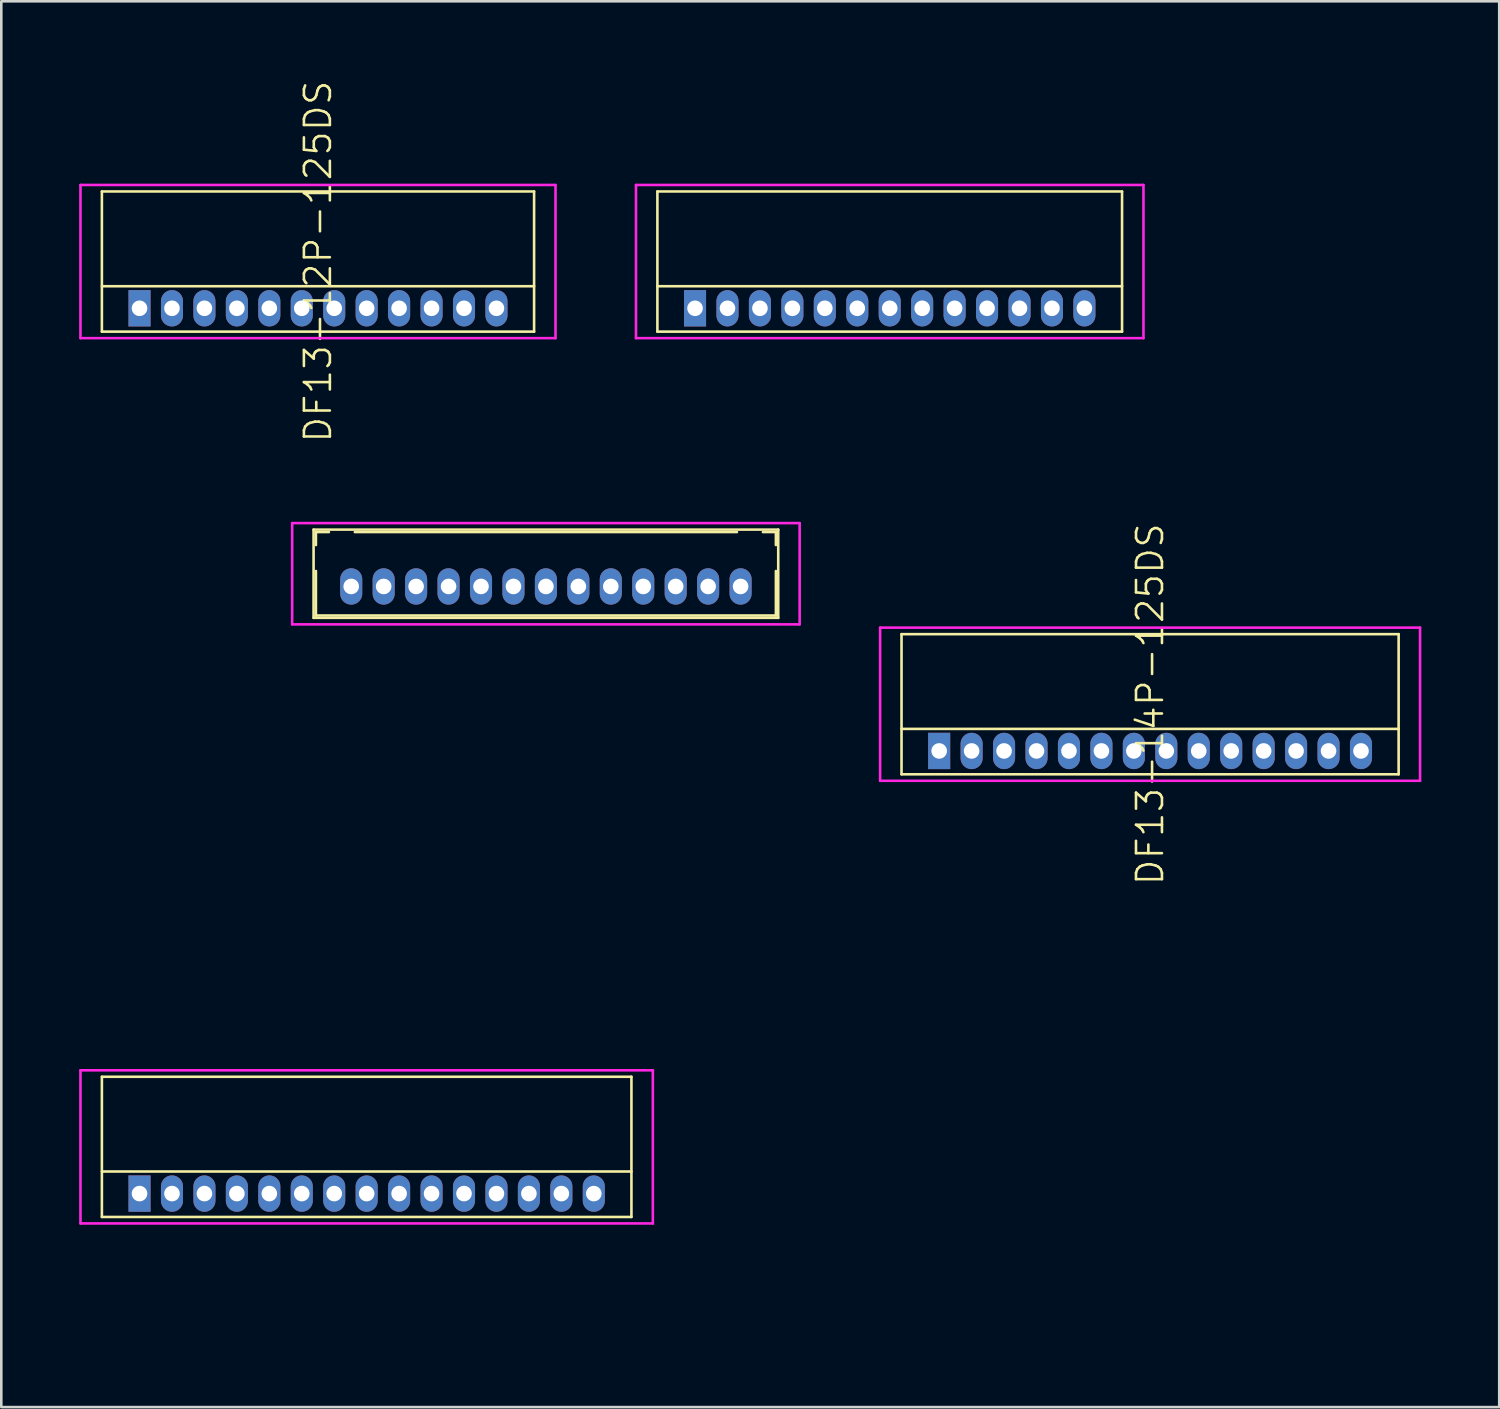
<source format=kicad_pcb>
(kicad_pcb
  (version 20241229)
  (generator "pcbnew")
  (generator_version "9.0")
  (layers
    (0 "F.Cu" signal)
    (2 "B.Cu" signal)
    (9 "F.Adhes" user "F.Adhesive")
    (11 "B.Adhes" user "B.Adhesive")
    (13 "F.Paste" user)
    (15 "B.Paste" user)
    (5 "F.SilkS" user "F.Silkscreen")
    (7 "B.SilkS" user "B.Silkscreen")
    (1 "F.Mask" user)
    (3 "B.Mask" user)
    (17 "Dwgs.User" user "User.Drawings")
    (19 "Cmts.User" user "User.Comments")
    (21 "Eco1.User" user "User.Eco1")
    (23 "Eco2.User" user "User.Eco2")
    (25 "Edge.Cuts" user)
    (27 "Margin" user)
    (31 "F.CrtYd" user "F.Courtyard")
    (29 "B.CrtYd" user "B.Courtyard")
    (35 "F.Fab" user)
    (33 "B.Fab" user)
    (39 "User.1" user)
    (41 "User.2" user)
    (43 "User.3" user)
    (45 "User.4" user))
  (footprint "DF13-13P-125DSA"
    (layer "F.Cu")
    (at 17.98 19.542)
    (property "Reference" "DF13-13P-125DSA" (at -10.525 -0.49 0) (layer "User.1") (effects (font (size 1 1) (thickness 0.1))))
    (attr through_hole)
    (fp_line (start -8.95 -2.19) (end -8.95 1.21) (stroke (width 0.1) (type solid)) (layer "F.SilkS"))
    (fp_line (start -8.95 -2.19) (end 8.95 -2.19) (stroke (width 0.1) (type solid)) (layer "F.SilkS"))
    (fp_line (start -8.95 1.21) (end 8.95 1.21) (stroke (width 0.1) (type solid)) (layer "F.SilkS"))
    (fp_line (start -8.86 -2.095) (end -8.86 -1.595) (stroke (width 0.1) (type solid)) (layer "F.SilkS"))
    (fp_line (start -8.86 -2.095) (end -8.36 -2.095) (stroke (width 0.1) (type solid)) (layer "F.SilkS"))
    (fp_line (start -8.86 -0.595) (end -8.86 1.12) (stroke (width 0.1) (type solid)) (layer "F.SilkS"))
    (fp_line (start -8.86 1.12) (end 8.86 1.12) (stroke (width 0.1) (type solid)) (layer "F.SilkS"))
    (fp_line (start -7.36 -2.095) (end 7.36 -2.095) (stroke (width 0.1) (type solid)) (layer "F.SilkS"))
    (fp_line (start 8.36 -2.095) (end 8.86 -2.095) (stroke (width 0.1) (type solid)) (layer "F.SilkS"))
    (fp_line (start 8.86 -2.095) (end 8.86 -1.595) (stroke (width 0.1) (type solid)) (layer "F.SilkS"))
    (fp_line (start 8.86 -0.595) (end 8.86 1.12) (stroke (width 0.1) (type solid)) (layer "F.SilkS"))
    (fp_line (start 8.95 -2.19) (end 8.95 1.21) (stroke (width 0.1) (type solid)) (layer "F.SilkS"))
    (fp_line (start -9.775 -2.44) (end -9.775 1.46) (stroke (width 0.1) (type solid)) (layer "F.CrtYd"))
    (fp_line (start -9.775 1.46) (end 9.775 1.46) (stroke (width 0.1) (type solid)) (layer "F.CrtYd"))
    (fp_line (start 9.775 -2.44) (end -9.775 -2.44) (stroke (width 0.1) (type solid)) (layer "F.CrtYd"))
    (fp_line (start 9.775 1.46) (end 9.775 -2.44) (stroke (width 0.1) (type solid)) (layer "F.CrtYd"))
    (pad "1" thru_hole oval (at -7.5 0) (size 0.85 1.4) (drill 0.6) (layers "*.Cu" "*.Mask"))
    (pad "2" thru_hole oval (at -6.25 0) (size 0.85 1.4) (drill 0.6) (layers "*.Cu" "*.Mask"))
    (pad "3" thru_hole oval (at -5 0) (size 0.85 1.4) (drill 0.6) (layers "*.Cu" "*.Mask"))
    (pad "4" thru_hole oval (at -3.75 0) (size 0.85 1.4) (drill 0.6) (layers "*.Cu" "*.Mask"))
    (pad "5" thru_hole oval (at -2.5 0) (size 0.85 1.4) (drill 0.6) (layers "*.Cu" "*.Mask"))
    (pad "6" thru_hole oval (at -1.25 0) (size 0.85 1.4) (drill 0.6) (layers "*.Cu" "*.Mask"))
    (pad "7" thru_hole oval (at 0 0) (size 0.85 1.4) (drill 0.6) (layers "*.Cu" "*.Mask"))
    (pad "8" thru_hole oval (at 1.25 0) (size 0.85 1.4) (drill 0.6) (layers "*.Cu" "*.Mask"))
    (pad "9" thru_hole oval (at 2.5 0) (size 0.85 1.4) (drill 0.6) (layers "*.Cu" "*.Mask"))
    (pad "10" thru_hole oval (at 3.75 0) (size 0.85 1.4) (drill 0.6) (layers "*.Cu" "*.Mask"))
    (pad "11" thru_hole oval (at 5 0) (size 0.85 1.4) (drill 0.6) (layers "*.Cu" "*.Mask"))
    (pad "12" thru_hole oval (at 6.25 0) (size 0.85 1.4) (drill 0.6) (layers "*.Cu" "*.Mask"))
    (pad "13" thru_hole oval (at 7.5 0) (size 0.85 1.4) (drill 0.6) (layers "*.Cu" "*.Mask")))
  (footprint "DF13-15P-125DS"
    (layer "F.Cu")
    (at 11.075 42.931)
    (property "Reference" "DF13-15P-125DS" (at 0 -1.8 90) (layer "User.1") (effects (font (size 1 1) (thickness 0.1))))
    (attr through_hole)
    (fp_line (start -10.2 -4.5) (end -10.2 0.9) (stroke (width 0.1) (type solid)) (layer "F.SilkS"))
    (fp_line (start -10.2 -4.5) (end 10.2 -4.5) (stroke (width 0.1) (type solid)) (layer "F.SilkS"))
    (fp_line (start -10.2 -0.85) (end 10.2 -0.85) (stroke (width 0.1) (type solid)) (layer "F.SilkS"))
    (fp_line (start -10.2 0.9) (end 10.2 0.9) (stroke (width 0.1) (type solid)) (layer "F.SilkS"))
    (fp_line (start 10.2 -4.5) (end 10.2 0.9) (stroke (width 0.1) (type solid)) (layer "F.SilkS"))
    (fp_line (start -11.025 -4.75) (end -11.025 1.15) (stroke (width 0.1) (type solid)) (layer "F.CrtYd"))
    (fp_line (start -11.025 1.15) (end 11.025 1.15) (stroke (width 0.1) (type solid)) (layer "F.CrtYd"))
    (fp_line (start 11.025 -4.75) (end -11.025 -4.75) (stroke (width 0.1) (type solid)) (layer "F.CrtYd"))
    (fp_line (start 11.025 1.15) (end 11.025 -4.75) (stroke (width 0.1) (type solid)) (layer "F.CrtYd"))
    (pad "1" thru_hole rect (at -8.75 0) (size 0.85 1.4) (drill 0.6) (layers "*.Cu" "*.Mask"))
    (pad "2" thru_hole oval (at -7.5 0) (size 0.85 1.4) (drill 0.6) (layers "*.Cu" "*.Mask"))
    (pad "3" thru_hole oval (at -6.25 0) (size 0.85 1.4) (drill 0.6) (layers "*.Cu" "*.Mask"))
    (pad "4" thru_hole oval (at -5 0) (size 0.85 1.4) (drill 0.6) (layers "*.Cu" "*.Mask"))
    (pad "5" thru_hole oval (at -3.75 0) (size 0.85 1.4) (drill 0.6) (layers "*.Cu" "*.Mask"))
    (pad "6" thru_hole oval (at -2.5 0) (size 0.85 1.4) (drill 0.6) (layers "*.Cu" "*.Mask"))
    (pad "7" thru_hole oval (at -1.25 0) (size 0.85 1.4) (drill 0.6) (layers "*.Cu" "*.Mask"))
    (pad "8" thru_hole oval (at 0 0) (size 0.85 1.4) (drill 0.6) (layers "*.Cu" "*.Mask"))
    (pad "9" thru_hole oval (at 1.25 0) (size 0.85 1.4) (drill 0.6) (layers "*.Cu" "*.Mask"))
    (pad "10" thru_hole oval (at 2.5 0) (size 0.85 1.4) (drill 0.6) (layers "*.Cu" "*.Mask"))
    (pad "11" thru_hole oval (at 3.75 0) (size 0.85 1.4) (drill 0.6) (layers "*.Cu" "*.Mask"))
    (pad "12" thru_hole oval (at 5 0) (size 0.85 1.4) (drill 0.6) (layers "*.Cu" "*.Mask"))
    (pad "13" thru_hole oval (at 6.25 0) (size 0.85 1.4) (drill 0.6) (layers "*.Cu" "*.Mask"))
    (pad "14" thru_hole oval (at 7.5 0) (size 0.85 1.4) (drill 0.6) (layers "*.Cu" "*.Mask"))
    (pad "15" thru_hole oval (at 8.75 0) (size 0.85 1.4) (drill 0.6) (layers "*.Cu" "*.Mask")))
  (footprint "DF13-12P-125DS"
    (layer "F.Cu")
    (at 9.2 8.826)
    (property "Reference" "DF13-12P-125DS" (at 0 -1.8 90) (layer "F.SilkS") (effects (font (size 1 1) (thickness 0.1))))
    (attr through_hole)
    (fp_line (start -8.325 -4.5) (end -8.325 0.9) (stroke (width 0.1) (type solid)) (layer "F.SilkS"))
    (fp_line (start -8.325 -4.5) (end 8.325 -4.5) (stroke (width 0.1) (type solid)) (layer "F.SilkS"))
    (fp_line (start -8.325 -0.85) (end 8.325 -0.85) (stroke (width 0.1) (type solid)) (layer "F.SilkS"))
    (fp_line (start -8.325 0.9) (end 8.325 0.9) (stroke (width 0.1) (type solid)) (layer "F.SilkS"))
    (fp_line (start 8.325 -4.5) (end 8.325 0.9) (stroke (width 0.1) (type solid)) (layer "F.SilkS"))
    (fp_line (start -9.15 -4.75) (end -9.15 1.15) (stroke (width 0.1) (type solid)) (layer "F.CrtYd"))
    (fp_line (start -9.15 1.15) (end 9.15 1.15) (stroke (width 0.1) (type solid)) (layer "F.CrtYd"))
    (fp_line (start 9.15 -4.75) (end -9.15 -4.75) (stroke (width 0.1) (type solid)) (layer "F.CrtYd"))
    (fp_line (start 9.15 1.15) (end 9.15 -4.75) (stroke (width 0.1) (type solid)) (layer "F.CrtYd"))
    (pad "1" thru_hole rect (at -6.875 0) (size 0.85 1.4) (drill 0.6) (layers "*.Cu" "*.Mask"))
    (pad "2" thru_hole oval (at -5.625 0) (size 0.85 1.4) (drill 0.6) (layers "*.Cu" "*.Mask"))
    (pad "3" thru_hole oval (at -4.375 0) (size 0.85 1.4) (drill 0.6) (layers "*.Cu" "*.Mask"))
    (pad "4" thru_hole oval (at -3.125 0) (size 0.85 1.4) (drill 0.6) (layers "*.Cu" "*.Mask"))
    (pad "5" thru_hole oval (at -1.875 0) (size 0.85 1.4) (drill 0.6) (layers "*.Cu" "*.Mask"))
    (pad "6" thru_hole oval (at -0.625 0) (size 0.85 1.4) (drill 0.6) (layers "*.Cu" "*.Mask"))
    (pad "7" thru_hole oval (at 0.625 0) (size 0.85 1.4) (drill 0.6) (layers "*.Cu" "*.Mask"))
    (pad "8" thru_hole oval (at 1.875 0) (size 0.85 1.4) (drill 0.6) (layers "*.Cu" "*.Mask"))
    (pad "9" thru_hole oval (at 3.125 0) (size 0.85 1.4) (drill 0.6) (layers "*.Cu" "*.Mask"))
    (pad "10" thru_hole oval (at 4.375 0) (size 0.85 1.4) (drill 0.6) (layers "*.Cu" "*.Mask"))
    (pad "11" thru_hole oval (at 5.625 0) (size 0.85 1.4) (drill 0.6) (layers "*.Cu" "*.Mask"))
    (pad "12" thru_hole oval (at 6.875 0) (size 0.85 1.4) (drill 0.6) (layers "*.Cu" "*.Mask")))
  (footprint "DF13-13P-125DS"
    (layer "F.Cu")
    (at 31.225 8.826)
    (property "Reference" "DF13-13P-125DS" (at 0 -1.8 90) (layer "User.1") (effects (font (size 1 1) (thickness 0.1))))
    (attr through_hole)
    (fp_line (start -8.95 -4.5) (end -8.95 0.9) (stroke (width 0.1) (type solid)) (layer "F.SilkS"))
    (fp_line (start -8.95 -4.5) (end 8.95 -4.5) (stroke (width 0.1) (type solid)) (layer "F.SilkS"))
    (fp_line (start -8.95 -0.85) (end 8.95 -0.85) (stroke (width 0.1) (type solid)) (layer "F.SilkS"))
    (fp_line (start -8.95 0.9) (end 8.95 0.9) (stroke (width 0.1) (type solid)) (layer "F.SilkS"))
    (fp_line (start 8.95 -4.5) (end 8.95 0.9) (stroke (width 0.1) (type solid)) (layer "F.SilkS"))
    (fp_line (start -9.775 -4.75) (end -9.775 1.15) (stroke (width 0.1) (type solid)) (layer "F.CrtYd"))
    (fp_line (start -9.775 1.15) (end 9.775 1.15) (stroke (width 0.1) (type solid)) (layer "F.CrtYd"))
    (fp_line (start 9.775 -4.75) (end -9.775 -4.75) (stroke (width 0.1) (type solid)) (layer "F.CrtYd"))
    (fp_line (start 9.775 1.15) (end 9.775 -4.75) (stroke (width 0.1) (type solid)) (layer "F.CrtYd"))
    (pad "1" thru_hole rect (at -7.5 0) (size 0.85 1.4) (drill 0.6) (layers "*.Cu" "*.Mask"))
    (pad "2" thru_hole oval (at -6.25 0) (size 0.85 1.4) (drill 0.6) (layers "*.Cu" "*.Mask"))
    (pad "3" thru_hole oval (at -5 0) (size 0.85 1.4) (drill 0.6) (layers "*.Cu" "*.Mask"))
    (pad "4" thru_hole oval (at -3.75 0) (size 0.85 1.4) (drill 0.6) (layers "*.Cu" "*.Mask"))
    (pad "5" thru_hole oval (at -2.5 0) (size 0.85 1.4) (drill 0.6) (layers "*.Cu" "*.Mask"))
    (pad "6" thru_hole oval (at -1.25 0) (size 0.85 1.4) (drill 0.6) (layers "*.Cu" "*.Mask"))
    (pad "7" thru_hole oval (at 0 0) (size 0.85 1.4) (drill 0.6) (layers "*.Cu" "*.Mask"))
    (pad "8" thru_hole oval (at 1.25 0) (size 0.85 1.4) (drill 0.6) (layers "*.Cu" "*.Mask"))
    (pad "9" thru_hole oval (at 2.5 0) (size 0.85 1.4) (drill 0.6) (layers "*.Cu" "*.Mask"))
    (pad "10" thru_hole oval (at 3.75 0) (size 0.85 1.4) (drill 0.6) (layers "*.Cu" "*.Mask"))
    (pad "11" thru_hole oval (at 5 0) (size 0.85 1.4) (drill 0.6) (layers "*.Cu" "*.Mask"))
    (pad "12" thru_hole oval (at 6.25 0) (size 0.85 1.4) (drill 0.6) (layers "*.Cu" "*.Mask"))
    (pad "13" thru_hole oval (at 7.5 0) (size 0.85 1.4) (drill 0.6) (layers "*.Cu" "*.Mask")))
  (footprint "DF13-14P-125DS"
    (layer "F.Cu")
    (at 41.255 25.879)
    (property "Reference" "DF13-14P-125DS" (at 0 -1.8 90) (layer "F.SilkS") (effects (font (size 1 1) (thickness 0.1))))
    (attr through_hole)
    (fp_line (start -9.575 -4.5) (end -9.575 0.9) (stroke (width 0.1) (type solid)) (layer "F.SilkS"))
    (fp_line (start -9.575 -4.5) (end 9.575 -4.5) (stroke (width 0.1) (type solid)) (layer "F.SilkS"))
    (fp_line (start -9.575 -0.85) (end 9.575 -0.85) (stroke (width 0.1) (type solid)) (layer "F.SilkS"))
    (fp_line (start -9.575 0.9) (end 9.575 0.9) (stroke (width 0.1) (type solid)) (layer "F.SilkS"))
    (fp_line (start 9.575 -4.5) (end 9.575 0.9) (stroke (width 0.1) (type solid)) (layer "F.SilkS"))
    (fp_line (start -10.4 -4.75) (end -10.4 1.15) (stroke (width 0.1) (type solid)) (layer "F.CrtYd"))
    (fp_line (start -10.4 1.15) (end 10.4 1.15) (stroke (width 0.1) (type solid)) (layer "F.CrtYd"))
    (fp_line (start 10.4 -4.75) (end -10.4 -4.75) (stroke (width 0.1) (type solid)) (layer "F.CrtYd"))
    (fp_line (start 10.4 1.15) (end 10.4 -4.75) (stroke (width 0.1) (type solid)) (layer "F.CrtYd"))
    (pad "1" thru_hole rect (at -8.125 0) (size 0.85 1.4) (drill 0.6) (layers "*.Cu" "*.Mask"))
    (pad "2" thru_hole oval (at -6.875 0) (size 0.85 1.4) (drill 0.6) (layers "*.Cu" "*.Mask"))
    (pad "3" thru_hole oval (at -5.625 0) (size 0.85 1.4) (drill 0.6) (layers "*.Cu" "*.Mask"))
    (pad "4" thru_hole oval (at -4.375 0) (size 0.85 1.4) (drill 0.6) (layers "*.Cu" "*.Mask"))
    (pad "5" thru_hole oval (at -3.125 0) (size 0.85 1.4) (drill 0.6) (layers "*.Cu" "*.Mask"))
    (pad "6" thru_hole oval (at -1.875 0) (size 0.85 1.4) (drill 0.6) (layers "*.Cu" "*.Mask"))
    (pad "7" thru_hole oval (at -0.625 0) (size 0.85 1.4) (drill 0.6) (layers "*.Cu" "*.Mask"))
    (pad "8" thru_hole oval (at 0.625 0) (size 0.85 1.4) (drill 0.6) (layers "*.Cu" "*.Mask"))
    (pad "9" thru_hole oval (at 1.875 0) (size 0.85 1.4) (drill 0.6) (layers "*.Cu" "*.Mask"))
    (pad "10" thru_hole oval (at 3.125 0) (size 0.85 1.4) (drill 0.6) (layers "*.Cu" "*.Mask"))
    (pad "11" thru_hole oval (at 4.375 0) (size 0.85 1.4) (drill 0.6) (layers "*.Cu" "*.Mask"))
    (pad "12" thru_hole oval (at 5.625 0) (size 0.85 1.4) (drill 0.6) (layers "*.Cu" "*.Mask"))
    (pad "13" thru_hole oval (at 6.875 0) (size 0.85 1.4) (drill 0.6) (layers "*.Cu" "*.Mask"))
    (pad "14" thru_hole oval (at 8.125 0) (size 0.85 1.4) (drill 0.6) (layers "*.Cu" "*.Mask")))
  (gr_rect
    (start -3 -3)
    (end 54.705 51.157)
    (stroke (width 0.1) (type default))
    (fill no)
    (layer "Edge.Cuts")))
</source>
